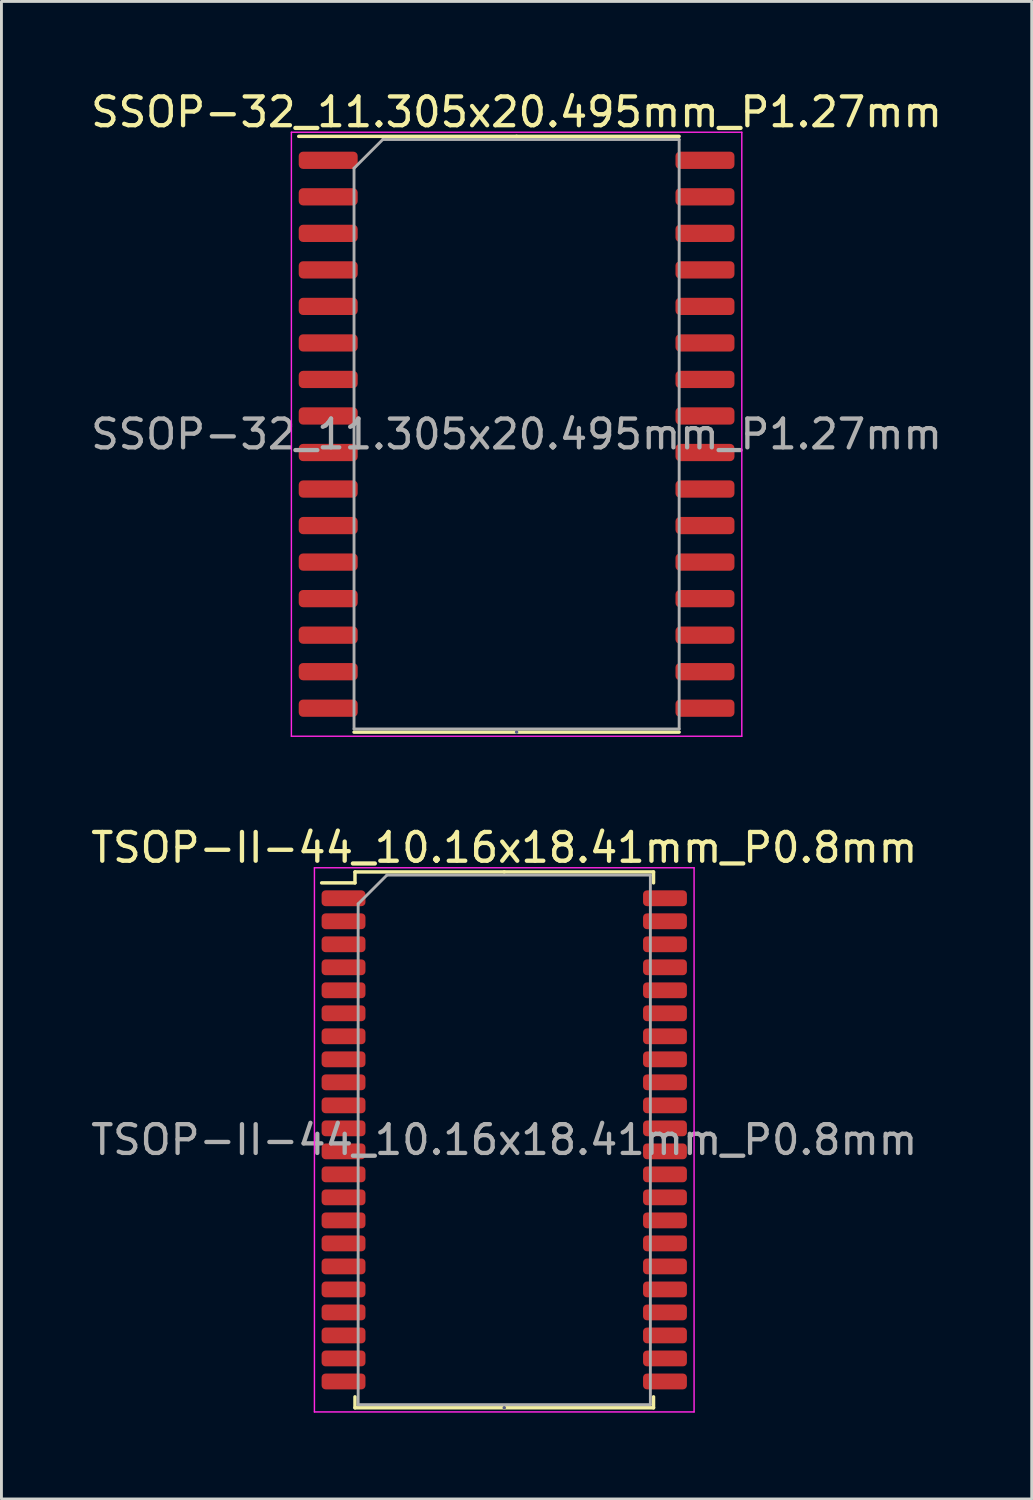
<source format=kicad_pcb>
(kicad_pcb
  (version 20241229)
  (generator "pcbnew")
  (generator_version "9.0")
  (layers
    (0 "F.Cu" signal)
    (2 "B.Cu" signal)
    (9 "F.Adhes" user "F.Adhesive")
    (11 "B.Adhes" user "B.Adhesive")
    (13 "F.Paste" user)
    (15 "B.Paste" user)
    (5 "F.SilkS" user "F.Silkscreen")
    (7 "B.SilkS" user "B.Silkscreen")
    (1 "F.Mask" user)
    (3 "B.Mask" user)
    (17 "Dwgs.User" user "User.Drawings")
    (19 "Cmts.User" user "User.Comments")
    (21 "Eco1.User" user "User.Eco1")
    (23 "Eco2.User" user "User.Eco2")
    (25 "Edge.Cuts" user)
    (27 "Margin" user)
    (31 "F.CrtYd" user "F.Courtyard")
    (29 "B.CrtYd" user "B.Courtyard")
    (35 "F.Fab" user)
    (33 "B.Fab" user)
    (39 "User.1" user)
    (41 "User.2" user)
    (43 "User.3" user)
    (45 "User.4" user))
  (footprint "SSOP-32_11.305x20.495mm_P1.27mm"
    (layer "F.Cu")
    (at 14.911 12.048)
    (property "Reference" "SSOP-32_11.305x20.495mm_P1.27mm" (at 0 -11.2 0) (layer "F.SilkS") (effects (font (size 1 1) (thickness 0.15))))
    (attr smd)
    (fp_line (start 0 -10.357) (end -7.575 -10.357) (stroke (width 0.12) (type solid)) (layer "F.SilkS"))
    (fp_line (start 0 -10.357) (end 5.652 -10.357) (stroke (width 0.12) (type solid)) (layer "F.SilkS"))
    (fp_line (start 0 10.357) (end -5.652 10.357) (stroke (width 0.12) (type solid)) (layer "F.SilkS"))
    (fp_line (start 0 10.357) (end 5.652 10.357) (stroke (width 0.12) (type solid)) (layer "F.SilkS"))
    (fp_line (start -7.83 -10.5) (end -7.83 10.5) (stroke (width 0.05) (type solid)) (layer "F.CrtYd"))
    (fp_line (start -7.83 10.5) (end 7.83 10.5) (stroke (width 0.05) (type solid)) (layer "F.CrtYd"))
    (fp_line (start 7.83 -10.5) (end -7.83 -10.5) (stroke (width 0.05) (type solid)) (layer "F.CrtYd"))
    (fp_line (start 7.83 10.5) (end 7.83 -10.5) (stroke (width 0.05) (type solid)) (layer "F.CrtYd"))
    (fp_line (start 0 10.357) (end 0 10.357) (stroke (width 0.12) (type solid)) (layer "B.Fab"))
    (fp_line (start -5.652 -9.248) (end -4.652 -10.248) (stroke (width 0.1) (type solid)) (layer "F.Fab"))
    (fp_line (start -5.652 10.248) (end -5.652 -9.248) (stroke (width 0.1) (type solid)) (layer "F.Fab"))
    (fp_line (start -4.652 -10.248) (end 5.652 -10.248) (stroke (width 0.1) (type solid)) (layer "F.Fab"))
    (fp_line (start 5.652 -10.248) (end 5.652 10.248) (stroke (width 0.1) (type solid)) (layer "F.Fab"))
    (fp_line (start 5.652 10.248) (end -5.652 10.248) (stroke (width 0.1) (type solid)) (layer "F.Fab"))
    (fp_text user "${REFERENCE}" (at 0 0 0) (layer "F.Fab") (effects (font (size 1 1) (thickness 0.15))))
    (pad "1" smd roundrect (at -6.55 -9.525) (size 2.05 0.6) (layers "F.Cu" "F.Mask" "F.Paste") (roundrect_rratio 0.25))
    (pad "2" smd roundrect (at -6.55 -8.255) (size 2.05 0.6) (layers "F.Cu" "F.Mask" "F.Paste") (roundrect_rratio 0.25))
    (pad "3" smd roundrect (at -6.55 -6.985) (size 2.05 0.6) (layers "F.Cu" "F.Mask" "F.Paste") (roundrect_rratio 0.25))
    (pad "4" smd roundrect (at -6.55 -5.715) (size 2.05 0.6) (layers "F.Cu" "F.Mask" "F.Paste") (roundrect_rratio 0.25))
    (pad "5" smd roundrect (at -6.55 -4.445) (size 2.05 0.6) (layers "F.Cu" "F.Mask" "F.Paste") (roundrect_rratio 0.25))
    (pad "6" smd roundrect (at -6.55 -3.175) (size 2.05 0.6) (layers "F.Cu" "F.Mask" "F.Paste") (roundrect_rratio 0.25))
    (pad "7" smd roundrect (at -6.55 -1.905) (size 2.05 0.6) (layers "F.Cu" "F.Mask" "F.Paste") (roundrect_rratio 0.25))
    (pad "8" smd roundrect (at -6.55 -0.635) (size 2.05 0.6) (layers "F.Cu" "F.Mask" "F.Paste") (roundrect_rratio 0.25))
    (pad "9" smd roundrect (at -6.55 0.635) (size 2.05 0.6) (layers "F.Cu" "F.Mask" "F.Paste") (roundrect_rratio 0.25))
    (pad "10" smd roundrect (at -6.55 1.905) (size 2.05 0.6) (layers "F.Cu" "F.Mask" "F.Paste") (roundrect_rratio 0.25))
    (pad "11" smd roundrect (at -6.55 3.175) (size 2.05 0.6) (layers "F.Cu" "F.Mask" "F.Paste") (roundrect_rratio 0.25))
    (pad "12" smd roundrect (at -6.55 4.445) (size 2.05 0.6) (layers "F.Cu" "F.Mask" "F.Paste") (roundrect_rratio 0.25))
    (pad "13" smd roundrect (at -6.55 5.715) (size 2.05 0.6) (layers "F.Cu" "F.Mask" "F.Paste") (roundrect_rratio 0.25))
    (pad "14" smd roundrect (at -6.55 6.985) (size 2.05 0.6) (layers "F.Cu" "F.Mask" "F.Paste") (roundrect_rratio 0.25))
    (pad "15" smd roundrect (at -6.55 8.255) (size 2.05 0.6) (layers "F.Cu" "F.Mask" "F.Paste") (roundrect_rratio 0.25))
    (pad "16" smd roundrect (at -6.55 9.525) (size 2.05 0.6) (layers "F.Cu" "F.Mask" "F.Paste") (roundrect_rratio 0.25))
    (pad "17" smd roundrect (at 6.55 9.525) (size 2.05 0.6) (layers "F.Cu" "F.Mask" "F.Paste") (roundrect_rratio 0.25))
    (pad "18" smd roundrect (at 6.55 8.255) (size 2.05 0.6) (layers "F.Cu" "F.Mask" "F.Paste") (roundrect_rratio 0.25))
    (pad "19" smd roundrect (at 6.55 6.985) (size 2.05 0.6) (layers "F.Cu" "F.Mask" "F.Paste") (roundrect_rratio 0.25))
    (pad "20" smd roundrect (at 6.55 5.715) (size 2.05 0.6) (layers "F.Cu" "F.Mask" "F.Paste") (roundrect_rratio 0.25))
    (pad "21" smd roundrect (at 6.55 4.445) (size 2.05 0.6) (layers "F.Cu" "F.Mask" "F.Paste") (roundrect_rratio 0.25))
    (pad "22" smd roundrect (at 6.55 3.175) (size 2.05 0.6) (layers "F.Cu" "F.Mask" "F.Paste") (roundrect_rratio 0.25))
    (pad "23" smd roundrect (at 6.55 1.905) (size 2.05 0.6) (layers "F.Cu" "F.Mask" "F.Paste") (roundrect_rratio 0.25))
    (pad "24" smd roundrect (at 6.55 0.635) (size 2.05 0.6) (layers "F.Cu" "F.Mask" "F.Paste") (roundrect_rratio 0.25))
    (pad "25" smd roundrect (at 6.55 -0.635) (size 2.05 0.6) (layers "F.Cu" "F.Mask" "F.Paste") (roundrect_rratio 0.25))
    (pad "26" smd roundrect (at 6.55 -1.905) (size 2.05 0.6) (layers "F.Cu" "F.Mask" "F.Paste") (roundrect_rratio 0.25))
    (pad "27" smd roundrect (at 6.55 -3.175) (size 2.05 0.6) (layers "F.Cu" "F.Mask" "F.Paste") (roundrect_rratio 0.25))
    (pad "28" smd roundrect (at 6.55 -4.445) (size 2.05 0.6) (layers "F.Cu" "F.Mask" "F.Paste") (roundrect_rratio 0.25))
    (pad "29" smd roundrect (at 6.55 -5.715) (size 2.05 0.6) (layers "F.Cu" "F.Mask" "F.Paste") (roundrect_rratio 0.25))
    (pad "30" smd roundrect (at 6.55 -6.985) (size 2.05 0.6) (layers "F.Cu" "F.Mask" "F.Paste") (roundrect_rratio 0.25))
    (pad "31" smd roundrect (at 6.55 -8.255) (size 2.05 0.6) (layers "F.Cu" "F.Mask" "F.Paste") (roundrect_rratio 0.25))
    (pad "32" smd roundrect (at 6.55 -9.525) (size 2.05 0.6) (layers "F.Cu" "F.Mask" "F.Paste") (roundrect_rratio 0.25)))
  (footprint "TSOP-II-44_10.16x18.41mm_P0.8mm"
    (layer "F.Cu")
    (at 14.482 36.581)
    (property "Reference" "TSOP-II-44_10.16x18.41mm_P0.8mm" (at 0 -10.16 0) (layer "F.SilkS") (effects (font (size 1 1) (thickness 0.15))))
    (attr smd)
    (fp_line (start -5.19 -9.315) (end -5.19 -8.935) (stroke (width 0.12) (type solid)) (layer "F.SilkS"))
    (fp_line (start -5.19 -8.935) (end -6.35 -8.935) (stroke (width 0.12) (type solid)) (layer "F.SilkS"))
    (fp_line (start -5.19 9.315) (end -5.19 8.935) (stroke (width 0.12) (type solid)) (layer "F.SilkS"))
    (fp_line (start 0 -9.315) (end -5.19 -9.315) (stroke (width 0.12) (type solid)) (layer "F.SilkS"))
    (fp_line (start 0 -9.315) (end 5.19 -9.315) (stroke (width 0.12) (type solid)) (layer "F.SilkS"))
    (fp_line (start 0 9.315) (end -5.19 9.315) (stroke (width 0.12) (type solid)) (layer "F.SilkS"))
    (fp_line (start 0 9.315) (end 5.19 9.315) (stroke (width 0.12) (type solid)) (layer "F.SilkS"))
    (fp_line (start 5.19 -9.315) (end 5.19 -8.935) (stroke (width 0.12) (type solid)) (layer "F.SilkS"))
    (fp_line (start 5.19 9.315) (end 5.19 8.935) (stroke (width 0.12) (type solid)) (layer "F.SilkS"))
    (fp_line (start -6.6 -9.46) (end -6.6 9.46) (stroke (width 0.05) (type solid)) (layer "F.CrtYd"))
    (fp_line (start -6.6 9.46) (end 6.6 9.46) (stroke (width 0.05) (type solid)) (layer "F.CrtYd"))
    (fp_line (start 6.6 -9.46) (end -6.6 -9.46) (stroke (width 0.05) (type solid)) (layer "F.CrtYd"))
    (fp_line (start 6.6 9.46) (end 6.6 -9.46) (stroke (width 0.05) (type solid)) (layer "F.CrtYd"))
    (fp_line (start 0 9.315) (end 0 9.315) (stroke (width 0.12) (type solid)) (layer "B.Fab"))
    (fp_line (start -5.08 -8.205) (end -4.08 -9.205) (stroke (width 0.1) (type solid)) (layer "F.Fab"))
    (fp_line (start -5.08 9.205) (end -5.08 -8.205) (stroke (width 0.1) (type solid)) (layer "F.Fab"))
    (fp_line (start -4.08 -9.205) (end 5.08 -9.205) (stroke (width 0.1) (type solid)) (layer "F.Fab"))
    (fp_line (start 5.08 -9.205) (end 5.08 9.205) (stroke (width 0.1) (type solid)) (layer "F.Fab"))
    (fp_line (start 5.08 9.205) (end -5.08 9.205) (stroke (width 0.1) (type solid)) (layer "F.Fab"))
    (fp_text user "${REFERENCE}" (at 0 0 0) (layer "F.Fab") (effects (font (size 1 1) (thickness 0.15))))
    (pad "1" smd roundrect (at -5.588 -8.4) (size 1.525 0.55) (layers "F.Cu" "F.Mask" "F.Paste") (roundrect_rratio 0.25))
    (pad "2" smd roundrect (at -5.588 -7.6) (size 1.525 0.55) (layers "F.Cu" "F.Mask" "F.Paste") (roundrect_rratio 0.25))
    (pad "3" smd roundrect (at -5.588 -6.8) (size 1.525 0.55) (layers "F.Cu" "F.Mask" "F.Paste") (roundrect_rratio 0.25))
    (pad "4" smd roundrect (at -5.588 -6) (size 1.525 0.55) (layers "F.Cu" "F.Mask" "F.Paste") (roundrect_rratio 0.25))
    (pad "5" smd roundrect (at -5.588 -5.2) (size 1.525 0.55) (layers "F.Cu" "F.Mask" "F.Paste") (roundrect_rratio 0.25))
    (pad "6" smd roundrect (at -5.588 -4.4) (size 1.525 0.55) (layers "F.Cu" "F.Mask" "F.Paste") (roundrect_rratio 0.25))
    (pad "7" smd roundrect (at -5.588 -3.6) (size 1.525 0.55) (layers "F.Cu" "F.Mask" "F.Paste") (roundrect_rratio 0.25))
    (pad "8" smd roundrect (at -5.588 -2.8) (size 1.525 0.55) (layers "F.Cu" "F.Mask" "F.Paste") (roundrect_rratio 0.25))
    (pad "9" smd roundrect (at -5.588 -2) (size 1.525 0.55) (layers "F.Cu" "F.Mask" "F.Paste") (roundrect_rratio 0.25))
    (pad "10" smd roundrect (at -5.588 -1.2) (size 1.525 0.55) (layers "F.Cu" "F.Mask" "F.Paste") (roundrect_rratio 0.25))
    (pad "11" smd roundrect (at -5.588 -0.4) (size 1.525 0.55) (layers "F.Cu" "F.Mask" "F.Paste") (roundrect_rratio 0.25))
    (pad "12" smd roundrect (at -5.588 0.4) (size 1.525 0.55) (layers "F.Cu" "F.Mask" "F.Paste") (roundrect_rratio 0.25))
    (pad "13" smd roundrect (at -5.588 1.2) (size 1.525 0.55) (layers "F.Cu" "F.Mask" "F.Paste") (roundrect_rratio 0.25))
    (pad "14" smd roundrect (at -5.588 2) (size 1.525 0.55) (layers "F.Cu" "F.Mask" "F.Paste") (roundrect_rratio 0.25))
    (pad "15" smd roundrect (at -5.588 2.8) (size 1.525 0.55) (layers "F.Cu" "F.Mask" "F.Paste") (roundrect_rratio 0.25))
    (pad "16" smd roundrect (at -5.588 3.6) (size 1.525 0.55) (layers "F.Cu" "F.Mask" "F.Paste") (roundrect_rratio 0.25))
    (pad "17" smd roundrect (at -5.588 4.4) (size 1.525 0.55) (layers "F.Cu" "F.Mask" "F.Paste") (roundrect_rratio 0.25))
    (pad "18" smd roundrect (at -5.588 5.2) (size 1.525 0.55) (layers "F.Cu" "F.Mask" "F.Paste") (roundrect_rratio 0.25))
    (pad "19" smd roundrect (at -5.588 6) (size 1.525 0.55) (layers "F.Cu" "F.Mask" "F.Paste") (roundrect_rratio 0.25))
    (pad "20" smd roundrect (at -5.588 6.8) (size 1.525 0.55) (layers "F.Cu" "F.Mask" "F.Paste") (roundrect_rratio 0.25))
    (pad "21" smd roundrect (at -5.588 7.6) (size 1.525 0.55) (layers "F.Cu" "F.Mask" "F.Paste") (roundrect_rratio 0.25))
    (pad "22" smd roundrect (at -5.588 8.4) (size 1.525 0.55) (layers "F.Cu" "F.Mask" "F.Paste") (roundrect_rratio 0.25))
    (pad "23" smd roundrect (at 5.588 8.4) (size 1.525 0.55) (layers "F.Cu" "F.Mask" "F.Paste") (roundrect_rratio 0.25))
    (pad "24" smd roundrect (at 5.588 7.6) (size 1.525 0.55) (layers "F.Cu" "F.Mask" "F.Paste") (roundrect_rratio 0.25))
    (pad "25" smd roundrect (at 5.588 6.8) (size 1.525 0.55) (layers "F.Cu" "F.Mask" "F.Paste") (roundrect_rratio 0.25))
    (pad "26" smd roundrect (at 5.588 6) (size 1.525 0.55) (layers "F.Cu" "F.Mask" "F.Paste") (roundrect_rratio 0.25))
    (pad "27" smd roundrect (at 5.588 5.2) (size 1.525 0.55) (layers "F.Cu" "F.Mask" "F.Paste") (roundrect_rratio 0.25))
    (pad "28" smd roundrect (at 5.588 4.4) (size 1.525 0.55) (layers "F.Cu" "F.Mask" "F.Paste") (roundrect_rratio 0.25))
    (pad "29" smd roundrect (at 5.588 3.6) (size 1.525 0.55) (layers "F.Cu" "F.Mask" "F.Paste") (roundrect_rratio 0.25))
    (pad "30" smd roundrect (at 5.588 2.8) (size 1.525 0.55) (layers "F.Cu" "F.Mask" "F.Paste") (roundrect_rratio 0.25))
    (pad "31" smd roundrect (at 5.588 2) (size 1.525 0.55) (layers "F.Cu" "F.Mask" "F.Paste") (roundrect_rratio 0.25))
    (pad "32" smd roundrect (at 5.588 1.2) (size 1.525 0.55) (layers "F.Cu" "F.Mask" "F.Paste") (roundrect_rratio 0.25))
    (pad "33" smd roundrect (at 5.588 0.4) (size 1.525 0.55) (layers "F.Cu" "F.Mask" "F.Paste") (roundrect_rratio 0.25))
    (pad "34" smd roundrect (at 5.588 -0.4) (size 1.525 0.55) (layers "F.Cu" "F.Mask" "F.Paste") (roundrect_rratio 0.25))
    (pad "35" smd roundrect (at 5.588 -1.2) (size 1.525 0.55) (layers "F.Cu" "F.Mask" "F.Paste") (roundrect_rratio 0.25))
    (pad "36" smd roundrect (at 5.588 -2) (size 1.525 0.55) (layers "F.Cu" "F.Mask" "F.Paste") (roundrect_rratio 0.25))
    (pad "37" smd roundrect (at 5.588 -2.8) (size 1.525 0.55) (layers "F.Cu" "F.Mask" "F.Paste") (roundrect_rratio 0.25))
    (pad "38" smd roundrect (at 5.588 -3.6) (size 1.525 0.55) (layers "F.Cu" "F.Mask" "F.Paste") (roundrect_rratio 0.25))
    (pad "39" smd roundrect (at 5.588 -4.4) (size 1.525 0.55) (layers "F.Cu" "F.Mask" "F.Paste") (roundrect_rratio 0.25))
    (pad "40" smd roundrect (at 5.588 -5.2) (size 1.525 0.55) (layers "F.Cu" "F.Mask" "F.Paste") (roundrect_rratio 0.25))
    (pad "41" smd roundrect (at 5.588 -6) (size 1.525 0.55) (layers "F.Cu" "F.Mask" "F.Paste") (roundrect_rratio 0.25))
    (pad "42" smd roundrect (at 5.588 -6.8) (size 1.525 0.55) (layers "F.Cu" "F.Mask" "F.Paste") (roundrect_rratio 0.25))
    (pad "43" smd roundrect (at 5.588 -7.6) (size 1.525 0.55) (layers "F.Cu" "F.Mask" "F.Paste") (roundrect_rratio 0.25))
    (pad "44" smd roundrect (at 5.588 -8.4) (size 1.525 0.55) (layers "F.Cu" "F.Mask" "F.Paste") (roundrect_rratio 0.25)))
  (gr_rect
    (start -3 -3)
    (end 32.821 49.066)
    (stroke (width 0.1) (type default))
    (fill no)
    (layer "Edge.Cuts")))
</source>
